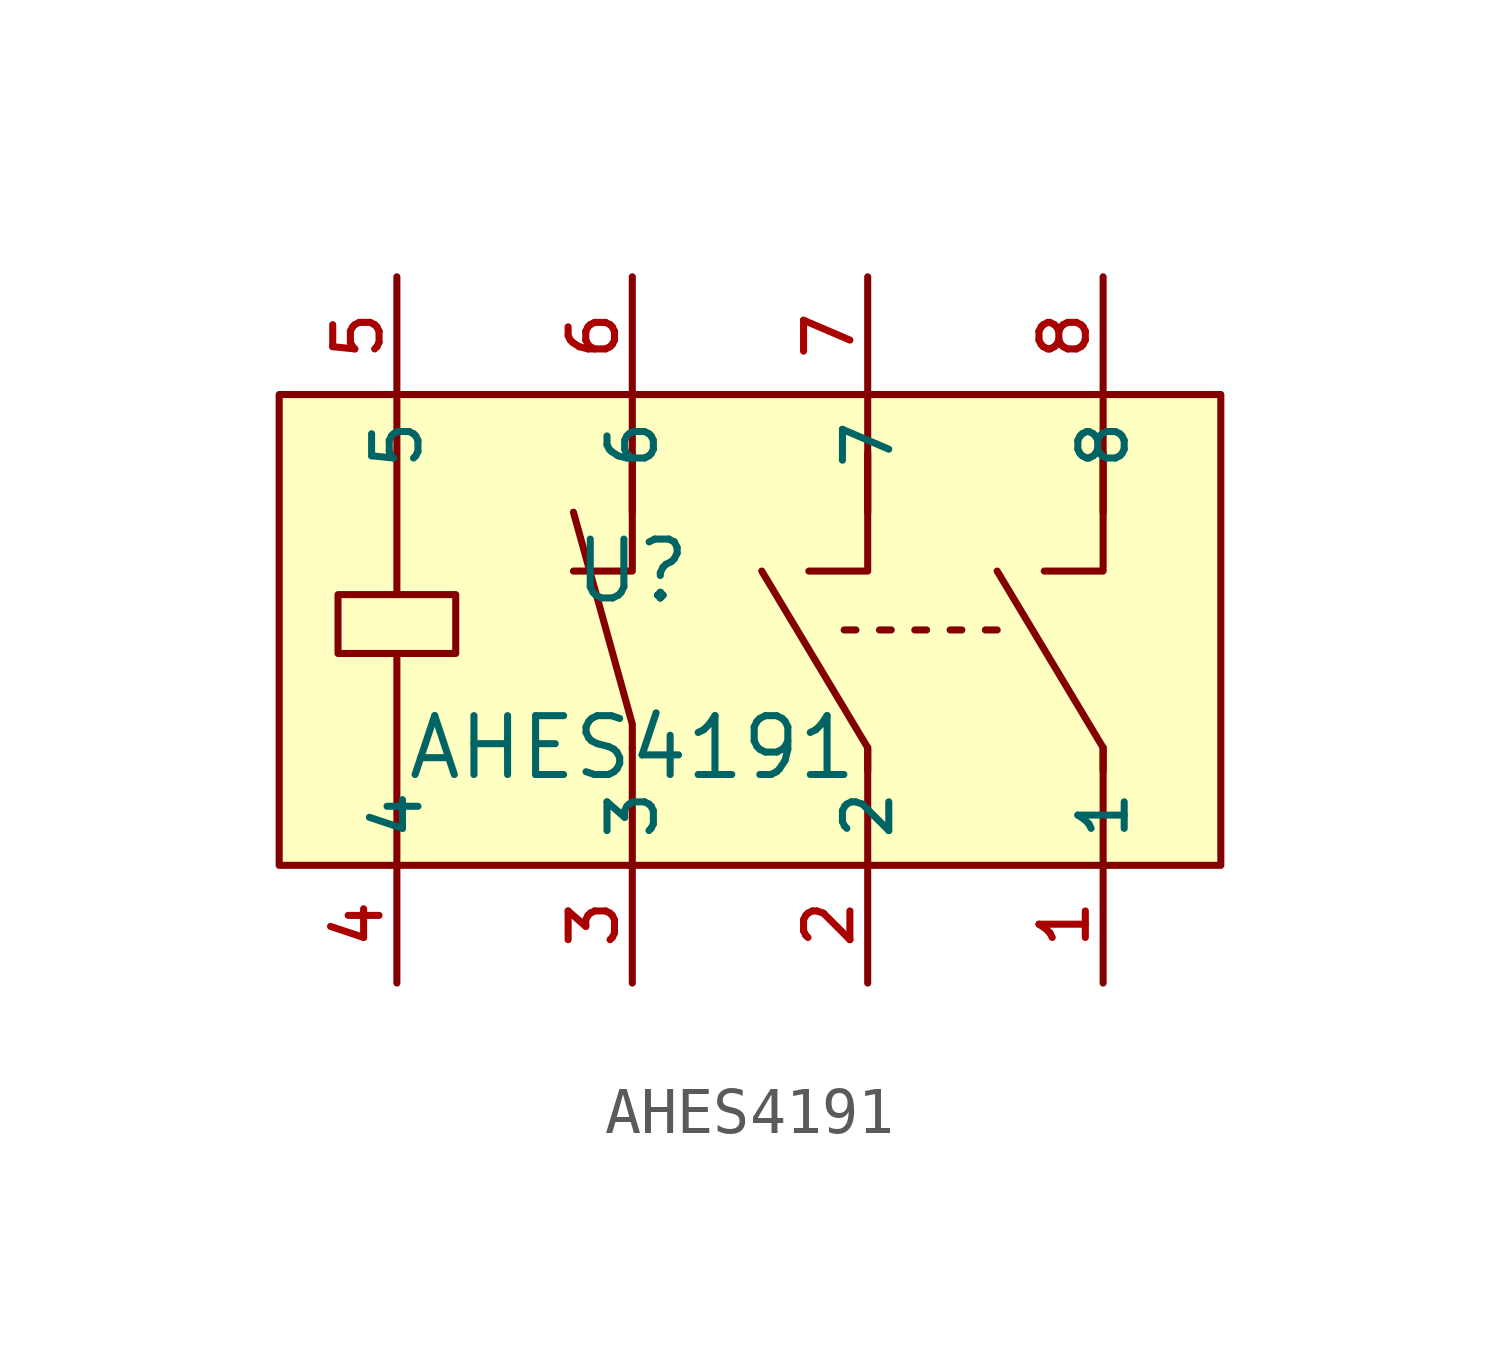
<source format=kicad_sym>
(kicad_symbol_lib
  (version 20210201)
  (generator TousstNicolas/JLC2KiCad_lib)
  (symbol "AHES4191"
    (property "Reference" "U"
      (at 0 1.27 0)
      (effects (font (size 1.27 1.27))))
    (property "Value" "AHES4191"
      (at 0 -2.54 0)
      (effects (font (size 1.27 1.27))))
    (symbol "AHES4191_0_1"
      (polyline (pts (xy 7.62 -0.0) (xy 7.874 -0.0)) (stroke (width 0) (type default) (color 0 0 0 0)) (fill (type none)))
      (polyline (pts (xy 6.858 -0.0) (xy 7.112 -0.0)) (stroke (width 0) (type default) (color 0 0 0 0)) (fill (type none)))
      (polyline (pts (xy 6.096 -0.0) (xy 6.35 -0.0)) (stroke (width 0) (type default) (color 0 0 0 0)) (fill (type none)))
      (polyline (pts (xy 5.334 -0.0) (xy 5.588 -0.0)) (stroke (width 0) (type default) (color 0 0 0 0)) (fill (type none)))
      (polyline (pts (xy 4.572 -0.0) (xy 4.826 -0.0)) (stroke (width 0) (type default) (color 0 0 0 0)) (fill (type none)))
      (polyline (pts (xy 10.16 3.81) (xy 10.16 1.27) (xy 8.89 1.27)) (stroke (width 0) (type default) (color 0 0 0 0)) (fill (type none)))
      (polyline (pts (xy 10.16 -3.048) (xy 10.16 -2.54) (xy 7.874 1.27)) (stroke (width 0) (type default) (color 0 0 0 0)) (fill (type none)))
      (polyline (pts (xy 10.16 5.08) (xy 10.16 2.54)) (stroke (width 0) (type default) (color 0 0 0 0)) (fill (type none)))
      (polyline (pts (xy 10.16 -2.54) (xy 10.16 -5.08)) (stroke (width 0) (type default) (color 0 0 0 0)) (fill (type none)))
      (polyline (pts (xy 5.08 -2.54) (xy 5.08 -5.08)) (stroke (width 0) (type default) (color 0 0 0 0)) (fill (type none)))
      (polyline (pts (xy 5.08 5.08) (xy 5.08 2.54)) (stroke (width 0) (type default) (color 0 0 0 0)) (fill (type none)))
      (polyline (pts (xy 5.08 -3.048) (xy 5.08 -2.54) (xy 2.794 1.27)) (stroke (width 0) (type default) (color 0 0 0 0)) (fill (type none)))
      (pin unspecified line (at -5.08 7.62 270) (length 2.54) (name "5" (effects (font (size 1 1)))) (number "5" (effects (font (size 1 1)))))
      (pin unspecified line (at 10.16 7.62 270) (length 2.54) (name "8" (effects (font (size 1 1)))) (number "8" (effects (font (size 1 1)))))
      (pin unspecified line (at 5.08 7.62 270) (length 2.54) (name "7" (effects (font (size 1 1)))) (number "7" (effects (font (size 1 1)))))
      (pin unspecified line (at 10.16 -7.62 90) (length 2.54) (name "1" (effects (font (size 1 1)))) (number "1" (effects (font (size 1 1)))))
      (pin unspecified line (at 5.08 -7.62 90) (length 2.54) (name "2" (effects (font (size 1 1)))) (number "2" (effects (font (size 1 1)))))
      (pin unspecified line (at -5.08 -7.62 90) (length 2.54) (name "4" (effects (font (size 1 1)))) (number "4" (effects (font (size 1 1)))))
      (polyline (pts (xy 5.08 3.81) (xy 5.08 1.27) (xy 3.81 1.27)) (stroke (width 0) (type default) (color 0 0 0 0)) (fill (type none)))
      (rectangle (start -7.62 5.08) (end 12.7 -5.08) (stroke (width 0) (type default) (color 0 0 0 0)) (fill (type background)))
      (polyline (pts (xy -5.08 -0.508) (xy -5.08 -5.08)) (stroke (width 0) (type default) (color 0 0 0 0)) (fill (type none)))
      (rectangle (start -6.35 0.762) (end -3.81 -0.508) (stroke (width 0) (type default) (color 0 0 0 0)) (fill (type background)))
      (polyline (pts (xy -5.08 5.08) (xy -5.08 0.762)) (stroke (width 0) (type default) (color 0 0 0 0)) (fill (type none)))
      (polyline (pts (xy 0.0 3.81) (xy 0.0 1.27) (xy -1.27 1.27)) (stroke (width 0) (type default) (color 0 0 0 0)) (fill (type none)))
      (pin unspecified line (at 0.0 -7.62 90) (length 2.54) (name "3" (effects (font (size 1 1)))) (number "3" (effects (font (size 1 1)))))
      (pin unspecified line (at 0.0 7.62 270) (length 2.54) (name "6" (effects (font (size 1 1)))) (number "6" (effects (font (size 1 1)))))
      (polyline (pts (xy 0.0 -2.54) (xy 0.0 -2.032) (xy -1.27 2.54)) (stroke (width 0) (type default) (color 0 0 0 0)) (fill (type none)))
      (polyline (pts (xy 0.0 5.08) (xy 0.0 2.54)) (stroke (width 0) (type default) (color 0 0 0 0)) (fill (type none)))
      (polyline (pts (xy 0.0 -2.54) (xy 0.0 -5.08)) (stroke (width 0) (type default) (color 0 0 0 0)) (fill (type none))))))
</source>
